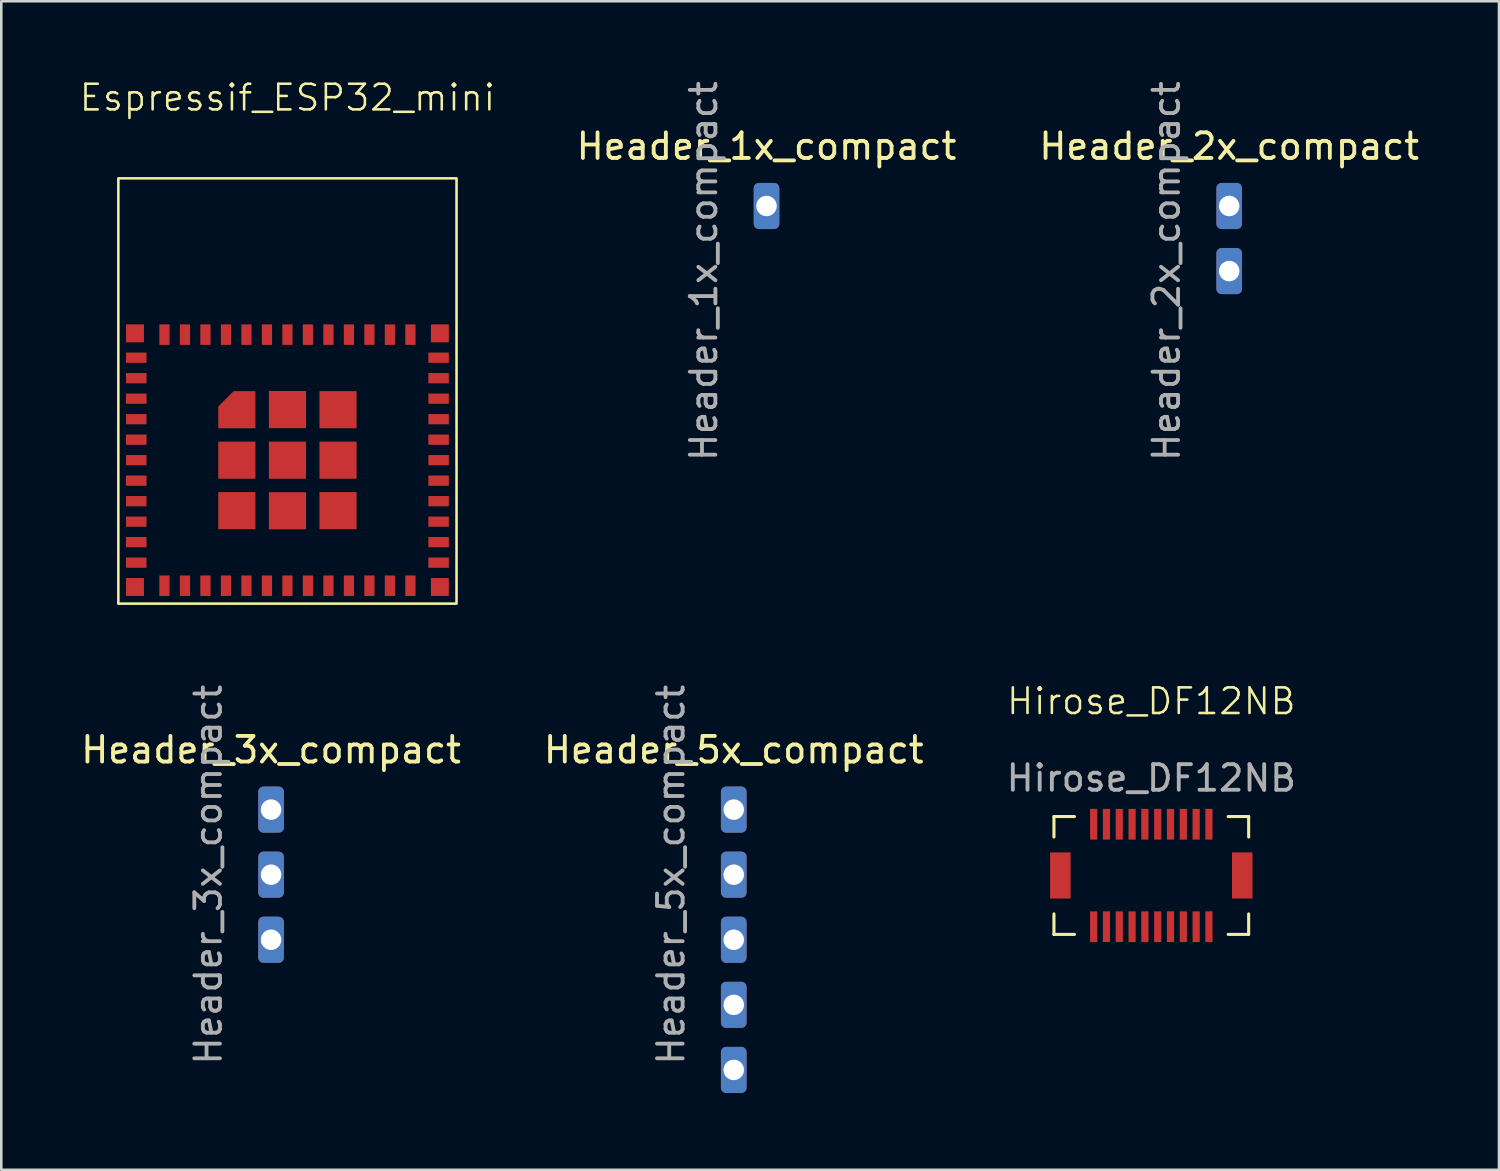
<source format=kicad_pcb>
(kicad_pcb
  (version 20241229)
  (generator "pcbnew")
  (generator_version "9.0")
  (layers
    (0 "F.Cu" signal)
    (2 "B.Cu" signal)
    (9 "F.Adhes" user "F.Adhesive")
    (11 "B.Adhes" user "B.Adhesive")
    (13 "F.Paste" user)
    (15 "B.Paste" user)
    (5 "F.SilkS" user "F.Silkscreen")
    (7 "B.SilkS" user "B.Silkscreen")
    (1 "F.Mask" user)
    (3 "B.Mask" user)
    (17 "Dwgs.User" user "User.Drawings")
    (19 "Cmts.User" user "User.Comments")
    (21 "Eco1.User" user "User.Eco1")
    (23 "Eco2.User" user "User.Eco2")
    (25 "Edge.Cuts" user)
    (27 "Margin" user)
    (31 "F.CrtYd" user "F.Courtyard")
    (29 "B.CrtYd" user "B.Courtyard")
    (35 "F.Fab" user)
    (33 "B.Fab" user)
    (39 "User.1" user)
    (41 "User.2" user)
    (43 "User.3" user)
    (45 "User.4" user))
  (footprint "Hirose_DF12NB"
    (layer "F.Cu")
    (at 41.887 31.121)
    (property "Reference" "Hirose_DF12NB" (at 0 -6.8 0) (unlocked yes) (layer "F.SilkS") (effects (font (size 1 1) (thickness 0.1))))
    (attr smd)
    (fp_line (start -3.8 -2.3) (end -3.8 -1.5) (stroke (width 0.12) (type default)) (layer "F.SilkS"))
    (fp_line (start -3.8 1.5) (end -3.8 2.3) (stroke (width 0.12) (type default)) (layer "F.SilkS"))
    (fp_line (start -3.8 2.3) (end -3 2.3) (stroke (width 0.12) (type default)) (layer "F.SilkS"))
    (fp_line (start -3 -2.3) (end -3.8 -2.3) (stroke (width 0.12) (type default)) (layer "F.SilkS"))
    (fp_line (start 3 2.3) (end 3.8 2.3) (stroke (width 0.12) (type default)) (layer "F.SilkS"))
    (fp_line (start 3.8 -2.3) (end 3 -2.3) (stroke (width 0.12) (type default)) (layer "F.SilkS"))
    (fp_line (start 3.8 -1.5) (end 3.8 -2.3) (stroke (width 0.12) (type default)) (layer "F.SilkS"))
    (fp_line (start 3.8 2.3) (end 3.8 1.5) (stroke (width 0.12) (type default)) (layer "F.SilkS"))
    (fp_text user "${REFERENCE}" (at 0 -3.8 0) (unlocked yes) (layer "F.Fab") (effects (font (size 1 1) (thickness 0.15))))
    (pad "" smd rect (at -3.55 0) (size 0.8 1.8) (layers "F.Cu" "F.Mask" "F.Paste"))
    (pad "" smd rect (at 3.55 0) (size 0.8 1.8) (layers "F.Cu" "F.Mask" "F.Paste"))
    (pad "1" smd rect (at -2.25 -2) (size 0.28 1.2) (layers "F.Cu" "F.Mask" "F.Paste"))
    (pad "2" smd rect (at -1.75 -2) (size 0.28 1.2) (layers "F.Cu" "F.Mask" "F.Paste"))
    (pad "3" smd rect (at -1.25 -2) (size 0.28 1.2) (layers "F.Cu" "F.Mask" "F.Paste"))
    (pad "4" smd rect (at -0.75 -2) (size 0.28 1.2) (layers "F.Cu" "F.Mask" "F.Paste"))
    (pad "5" smd rect (at -0.25 -2) (size 0.28 1.2) (layers "F.Cu" "F.Mask" "F.Paste"))
    (pad "6" smd rect (at 0.25 -2) (size 0.28 1.2) (layers "F.Cu" "F.Mask" "F.Paste"))
    (pad "7" smd rect (at 0.75 -2) (size 0.28 1.2) (layers "F.Cu" "F.Mask" "F.Paste"))
    (pad "8" smd rect (at 1.25 -2) (size 0.28 1.2) (layers "F.Cu" "F.Mask" "F.Paste"))
    (pad "9" smd rect (at 1.75 -2) (size 0.28 1.2) (layers "F.Cu" "F.Mask" "F.Paste"))
    (pad "10" smd rect (at 2.25 -2) (size 0.28 1.2) (layers "F.Cu" "F.Mask" "F.Paste"))
    (pad "11" smd rect (at -2.25 2) (size 0.28 1.2) (layers "F.Cu" "F.Mask" "F.Paste"))
    (pad "12" smd rect (at -1.75 2) (size 0.28 1.2) (layers "F.Cu" "F.Mask" "F.Paste"))
    (pad "13" smd rect (at -1.25 2) (size 0.28 1.2) (layers "F.Cu" "F.Mask" "F.Paste"))
    (pad "14" smd rect (at -0.75 2) (size 0.28 1.2) (layers "F.Cu" "F.Mask" "F.Paste"))
    (pad "15" smd rect (at -0.25 2) (size 0.28 1.2) (layers "F.Cu" "F.Mask" "F.Paste"))
    (pad "16" smd rect (at 0.25 2) (size 0.28 1.2) (layers "F.Cu" "F.Mask" "F.Paste"))
    (pad "17" smd rect (at 0.75 2) (size 0.28 1.2) (layers "F.Cu" "F.Mask" "F.Paste"))
    (pad "18" smd rect (at 1.25 2) (size 0.28 1.2) (layers "F.Cu" "F.Mask" "F.Paste"))
    (pad "19" smd rect (at 1.75 2) (size 0.28 1.2) (layers "F.Cu" "F.Mask" "F.Paste"))
    (pad "20" smd rect (at 2.25 2) (size 0.28 1.2) (layers "F.Cu" "F.Mask" "F.Paste")))
  (footprint "Espressif_ESP32_mini"
    (layer "F.Cu")
    (at 8.169 14.911)
    (property "Reference" "Espressif_ESP32_mini" (at 0 -14.15 0) (unlocked yes) (layer "F.SilkS") (effects (font (size 1 1) (thickness 0.1))))
    (attr smd)
    (fp_rect (start -6.6 -11) (end 6.6 5.6) (stroke (width 0.1) (type default)) (fill no) (layer "F.SilkS"))
    (pad "0" smd rect (at -5.95 -4.95 180) (size 0.7 0.7) (layers "F.Cu" "F.Mask" "F.Paste"))
    (pad "0" smd rect (at -5.95 4.95 180) (size 0.7 0.7) (layers "F.Cu" "F.Mask" "F.Paste"))
    (pad "0" smd roundrect (at -1.975 -1.97) (size 1.45 1.45) (layers "F.Cu" "F.Mask" "F.Paste") (roundrect_rratio 0) (chamfer_ratio 0.414) (chamfer top_left))
    (pad "0" smd rect (at -1.975 0) (size 1.45 1.45) (layers "F.Cu" "F.Mask" "F.Paste"))
    (pad "0" smd rect (at -1.975 1.97) (size 1.45 1.45) (layers "F.Cu" "F.Mask" "F.Paste"))
    (pad "0" smd rect (at 0 -1.975 90) (size 1.45 1.45) (layers "F.Cu" "F.Mask" "F.Paste"))
    (pad "0" smd rect (at 0 0 270) (size 1.45 1.45) (layers "F.Cu" "F.Mask" "F.Paste"))
    (pad "0" smd rect (at 0 1.975 90) (size 1.45 1.45) (layers "F.Cu" "F.Mask" "F.Paste"))
    (pad "0" smd rect (at 1.975 -1.97) (size 1.45 1.45) (layers "F.Cu" "F.Mask" "F.Paste"))
    (pad "0" smd rect (at 1.975 0) (size 1.45 1.45) (layers "F.Cu" "F.Mask" "F.Paste"))
    (pad "0" smd rect (at 1.975 1.97) (size 1.45 1.45) (layers "F.Cu" "F.Mask" "F.Paste"))
    (pad "0" smd rect (at 5.95 -4.95 180) (size 0.7 0.7) (layers "F.Cu" "F.Mask" "F.Paste"))
    (pad "0" smd rect (at 5.95 4.95 180) (size 0.7 0.7) (layers "F.Cu" "F.Mask" "F.Paste"))
    (pad "1" smd rect (at -5.9 -4 270) (size 0.4 0.8) (layers "F.Cu" "F.Mask" "F.Paste"))
    (pad "2" smd rect (at -5.9 -3.2 270) (size 0.4 0.8) (layers "F.Cu" "F.Mask" "F.Paste"))
    (pad "3" smd rect (at -5.9 -2.4 270) (size 0.4 0.8) (layers "F.Cu" "F.Mask" "F.Paste"))
    (pad "4" smd rect (at -5.9 -1.6 270) (size 0.4 0.8) (layers "F.Cu" "F.Mask" "F.Paste"))
    (pad "5" smd rect (at -5.9 -0.8 270) (size 0.4 0.8) (layers "F.Cu" "F.Mask" "F.Paste"))
    (pad "6" smd rect (at -5.9 0 270) (size 0.4 0.8) (layers "F.Cu" "F.Mask" "F.Paste"))
    (pad "7" smd rect (at -5.9 0.8 270) (size 0.4 0.8) (layers "F.Cu" "F.Mask" "F.Paste"))
    (pad "8" smd rect (at -5.9 1.6 270) (size 0.4 0.8) (layers "F.Cu" "F.Mask" "F.Paste"))
    (pad "9" smd rect (at -5.9 2.4 270) (size 0.4 0.8) (layers "F.Cu" "F.Mask" "F.Paste"))
    (pad "10" smd rect (at -5.9 3.2 270) (size 0.4 0.8) (layers "F.Cu" "F.Mask" "F.Paste"))
    (pad "11" smd rect (at -5.9 4 270) (size 0.4 0.8) (layers "F.Cu" "F.Mask" "F.Paste"))
    (pad "12" smd rect (at -4.8 4.9 180) (size 0.4 0.8) (layers "F.Cu" "F.Mask" "F.Paste"))
    (pad "13" smd rect (at -4 4.9 180) (size 0.4 0.8) (layers "F.Cu" "F.Mask" "F.Paste"))
    (pad "14" smd rect (at -3.2 4.9 180) (size 0.4 0.8) (layers "F.Cu" "F.Mask" "F.Paste"))
    (pad "15" smd rect (at -2.4 4.9 180) (size 0.4 0.8) (layers "F.Cu" "F.Mask" "F.Paste"))
    (pad "16" smd rect (at -1.6 4.9 180) (size 0.4 0.8) (layers "F.Cu" "F.Mask" "F.Paste"))
    (pad "17" smd rect (at -0.8 4.9 180) (size 0.4 0.8) (layers "F.Cu" "F.Mask" "F.Paste"))
    (pad "18" smd rect (at 0 4.9 180) (size 0.4 0.8) (layers "F.Cu" "F.Mask" "F.Paste"))
    (pad "19" smd rect (at 0.8 4.9 180) (size 0.4 0.8) (layers "F.Cu" "F.Mask" "F.Paste"))
    (pad "20" smd rect (at 1.6 4.9 180) (size 0.4 0.8) (layers "F.Cu" "F.Mask" "F.Paste"))
    (pad "21" smd rect (at 2.4 4.9 180) (size 0.4 0.8) (layers "F.Cu" "F.Mask" "F.Paste"))
    (pad "22" smd rect (at 3.2 4.9 180) (size 0.4 0.8) (layers "F.Cu" "F.Mask" "F.Paste"))
    (pad "23" smd rect (at 4 4.9 180) (size 0.4 0.8) (layers "F.Cu" "F.Mask" "F.Paste"))
    (pad "24" smd rect (at 4.8 4.9 180) (size 0.4 0.8) (layers "F.Cu" "F.Mask" "F.Paste"))
    (pad "25" smd rect (at 5.9 4 270) (size 0.4 0.8) (layers "F.Cu" "F.Mask" "F.Paste"))
    (pad "26" smd rect (at 5.9 3.2 270) (size 0.4 0.8) (layers "F.Cu" "F.Mask" "F.Paste"))
    (pad "27" smd rect (at 5.9 2.4 270) (size 0.4 0.8) (layers "F.Cu" "F.Mask" "F.Paste"))
    (pad "28" smd rect (at 5.9 1.6 270) (size 0.4 0.8) (layers "F.Cu" "F.Mask" "F.Paste"))
    (pad "29" smd rect (at 5.9 0.8 270) (size 0.4 0.8) (layers "F.Cu" "F.Mask" "F.Paste"))
    (pad "30" smd rect (at 5.9 0 270) (size 0.4 0.8) (layers "F.Cu" "F.Mask" "F.Paste"))
    (pad "31" smd rect (at 5.9 -0.8 270) (size 0.4 0.8) (layers "F.Cu" "F.Mask" "F.Paste"))
    (pad "32" smd rect (at 5.9 -1.6 270) (size 0.4 0.8) (layers "F.Cu" "F.Mask" "F.Paste"))
    (pad "33" smd rect (at 5.9 -2.4 270) (size 0.4 0.8) (layers "F.Cu" "F.Mask" "F.Paste"))
    (pad "34" smd rect (at 5.9 -3.2 270) (size 0.4 0.8) (layers "F.Cu" "F.Mask" "F.Paste"))
    (pad "35" smd rect (at 5.9 -4 270) (size 0.4 0.8) (layers "F.Cu" "F.Mask" "F.Paste"))
    (pad "36" smd rect (at 4.8 -4.9 180) (size 0.4 0.8) (layers "F.Cu" "F.Mask" "F.Paste"))
    (pad "37" smd rect (at 4 -4.9 180) (size 0.4 0.8) (layers "F.Cu" "F.Mask" "F.Paste"))
    (pad "38" smd rect (at 3.2 -4.9 180) (size 0.4 0.8) (layers "F.Cu" "F.Mask" "F.Paste"))
    (pad "39" smd rect (at 2.4 -4.9 180) (size 0.4 0.8) (layers "F.Cu" "F.Mask" "F.Paste"))
    (pad "40" smd rect (at 1.6 -4.9 180) (size 0.4 0.8) (layers "F.Cu" "F.Mask" "F.Paste"))
    (pad "41" smd rect (at 0.8 -4.9 180) (size 0.4 0.8) (layers "F.Cu" "F.Mask" "F.Paste"))
    (pad "42" smd rect (at 0 -4.9 180) (size 0.4 0.8) (layers "F.Cu" "F.Mask" "F.Paste"))
    (pad "43" smd rect (at -0.8 -4.9 180) (size 0.4 0.8) (layers "F.Cu" "F.Mask" "F.Paste"))
    (pad "44" smd rect (at -1.6 -4.9 180) (size 0.4 0.8) (layers "F.Cu" "F.Mask" "F.Paste"))
    (pad "45" smd rect (at -2.4 -4.9 180) (size 0.4 0.8) (layers "F.Cu" "F.Mask" "F.Paste"))
    (pad "46" smd rect (at -3.2 -4.9 180) (size 0.4 0.8) (layers "F.Cu" "F.Mask" "F.Paste"))
    (pad "47" smd rect (at -4 -4.9 180) (size 0.4 0.8) (layers "F.Cu" "F.Mask" "F.Paste"))
    (pad "48" smd rect (at -4.8 -4.9 180) (size 0.4 0.8) (layers "F.Cu" "F.Mask" "F.Paste")))
  (footprint "Header_2x_compact"
    (layer "F.Cu")
    (at 44.927 4.99)
    (property "Reference" "Header_2x_compact" (at 0 -2.33 0) (layer "F.SilkS") (effects (font (size 1 1) (thickness 0.15))))
    (attr through_hole)
    (fp_text user "${REFERENCE}" (at -2.45 2.54 90) (layer "F.Fab") (effects (font (size 1 1) (thickness 0.15))))
    (pad "1" thru_hole roundrect (at 0 0) (size 1 1.8) (drill 0.8) (layers "*.Cu" "*.Mask") (roundrect_rratio 0.2))
    (pad "2" thru_hole roundrect (at 0 2.54) (size 1 1.8) (drill 0.8) (layers "*.Cu" "*.Mask") (roundrect_rratio 0.2)))
  (footprint "Header_1x_compact"
    (layer "F.Cu")
    (at 26.868 4.99)
    (property "Reference" "Header_1x_compact" (at 0 -2.33 0) (layer "F.SilkS") (effects (font (size 1 1) (thickness 0.15))))
    (attr through_hole)
    (fp_text user "${REFERENCE}" (at -2.45 2.54 90) (layer "F.Fab") (effects (font (size 1 1) (thickness 0.15))))
    (pad "1" thru_hole roundrect (at 0 0) (size 1 1.8) (drill 0.8) (layers "*.Cu" "*.Mask") (roundrect_rratio 0.2)))
  (footprint "Header_3x_compact"
    (layer "F.Cu")
    (at 7.53 28.55)
    (property "Reference" "Header_3x_compact" (at 0 -2.33 0) (layer "F.SilkS") (effects (font (size 1 1) (thickness 0.15))))
    (attr through_hole)
    (fp_text user "${REFERENCE}" (at -2.45 2.54 90) (layer "F.Fab") (effects (font (size 1 1) (thickness 0.15))))
    (pad "1" thru_hole roundrect (at 0 0) (size 1 1.8) (drill 0.8) (layers "*.Cu" "*.Mask") (roundrect_rratio 0.2))
    (pad "2" thru_hole roundrect (at 0 2.54) (size 1 1.8) (drill 0.8) (layers "*.Cu" "*.Mask") (roundrect_rratio 0.2))
    (pad "3" thru_hole roundrect (at 0 5.08) (size 1 1.8) (drill 0.8) (layers "*.Cu" "*.Mask") (roundrect_rratio 0.2)))
  (footprint "Header_5x_compact"
    (layer "F.Cu")
    (at 25.589 28.55)
    (property "Reference" "Header_5x_compact" (at 0 -2.33 0) (layer "F.SilkS") (effects (font (size 1 1) (thickness 0.15))))
    (attr through_hole)
    (fp_text user "${REFERENCE}" (at -2.45 2.54 90) (layer "F.Fab") (effects (font (size 1 1) (thickness 0.15))))
    (pad "1" thru_hole roundrect (at 0 0) (size 1 1.8) (drill 0.8) (layers "*.Cu" "*.Mask") (roundrect_rratio 0.2))
    (pad "2" thru_hole roundrect (at 0 2.54) (size 1 1.8) (drill 0.8) (layers "*.Cu" "*.Mask") (roundrect_rratio 0.2))
    (pad "3" thru_hole roundrect (at 0 5.08) (size 1 1.8) (drill 0.8) (layers "*.Cu" "*.Mask") (roundrect_rratio 0.2))
    (pad "4" thru_hole roundrect (at 0 7.62) (size 1 1.8) (drill 0.8) (layers "*.Cu" "*.Mask") (roundrect_rratio 0.2))
    (pad "5" thru_hole roundrect (at 0 10.16) (size 1 1.8) (drill 0.8) (layers "*.Cu" "*.Mask") (roundrect_rratio 0.2)))
  (gr_rect
    (start -3 -3)
    (end 55.457 42.61)
    (stroke (width 0.1) (type default))
    (fill no)
    (layer "Edge.Cuts")))
</source>
